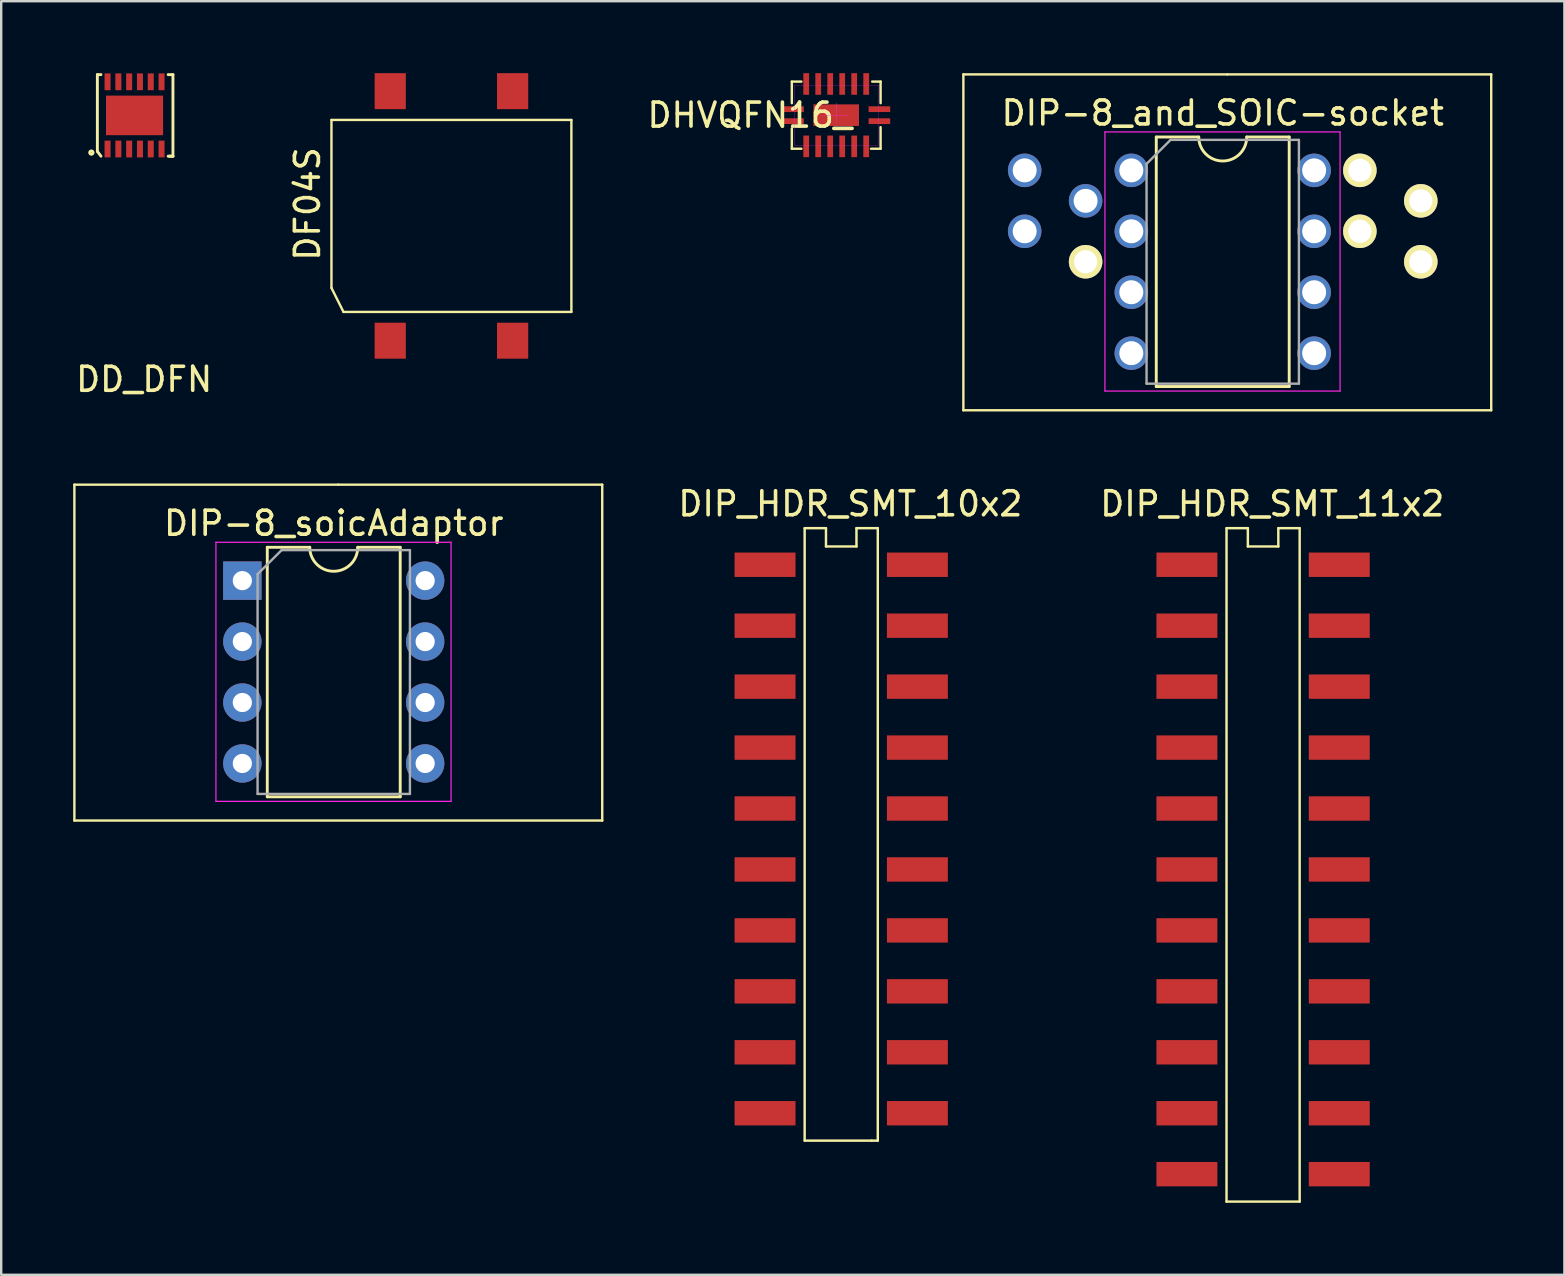
<source format=kicad_pcb>
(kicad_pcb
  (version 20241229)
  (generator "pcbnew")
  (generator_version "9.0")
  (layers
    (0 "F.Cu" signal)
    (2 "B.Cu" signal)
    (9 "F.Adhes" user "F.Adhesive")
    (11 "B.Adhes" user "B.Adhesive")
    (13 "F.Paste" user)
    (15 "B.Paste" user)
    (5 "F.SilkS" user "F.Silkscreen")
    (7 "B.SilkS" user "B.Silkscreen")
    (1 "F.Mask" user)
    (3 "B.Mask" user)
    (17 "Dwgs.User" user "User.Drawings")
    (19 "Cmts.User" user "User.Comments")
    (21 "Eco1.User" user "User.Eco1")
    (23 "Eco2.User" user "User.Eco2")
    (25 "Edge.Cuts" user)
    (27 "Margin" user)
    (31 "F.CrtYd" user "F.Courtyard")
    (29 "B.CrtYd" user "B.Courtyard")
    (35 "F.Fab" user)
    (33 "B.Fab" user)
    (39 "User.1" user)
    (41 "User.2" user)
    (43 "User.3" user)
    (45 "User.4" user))
  (footprint "DD_DFN"
    (layer "F.Cu")
    (at 2.558 1.76)
    (property "Reference" "DD_DFN" (at 0.4 11 0) (layer "F.SilkS") (effects (font (size 1 1) (thickness 0.15))))
    (attr through_hole)
    (fp_line (start -1.55 -1.7) (end -1.55 1.5) (stroke (width 0.12) (type solid)) (layer "F.SilkS"))
    (fp_line (start -1.55 1.5) (end -1.4 1.7) (stroke (width 0.12) (type solid)) (layer "F.SilkS"))
    (fp_line (start -1.4 -1.7) (end -1.55 -1.7) (stroke (width 0.12) (type solid)) (layer "F.SilkS"))
    (fp_line (start 1.4 -1.7) (end 1.6 -1.7) (stroke (width 0.12) (type solid)) (layer "F.SilkS"))
    (fp_line (start 1.6 -1.7) (end 1.6 1.7) (stroke (width 0.12) (type solid)) (layer "F.SilkS"))
    (fp_line (start 1.6 1.7) (end 1.4 1.7) (stroke (width 0.12) (type solid)) (layer "F.SilkS"))
    (fp_line (start 1.6 1.7) (end 1.45 1.7) (stroke (width 0.12) (type solid)) (layer "F.SilkS"))
    (fp_circle (center -1.8 1.55) (end -1.75 1.6) (stroke (width 0.12) (type solid)) (fill no) (layer "F.SilkS"))
    (pad "0" smd rect (at 0 0) (size 2.38 1.65) (layers "F.Cu" "F.Mask" "F.Paste"))
    (pad "1" smd rect (at -1.125 1.4) (size 0.25 0.7) (layers "F.Cu" "F.Mask" "F.Paste"))
    (pad "2" smd rect (at -0.675 1.4) (size 0.25 0.7) (layers "F.Cu" "F.Mask" "F.Paste"))
    (pad "3" smd rect (at -0.225 1.4) (size 0.25 0.7) (layers "F.Cu" "F.Mask" "F.Paste"))
    (pad "4" smd rect (at 0.225 1.4) (size 0.25 0.7) (layers "F.Cu" "F.Mask" "F.Paste"))
    (pad "5" smd rect (at 0.675 1.4) (size 0.25 0.7) (layers "F.Cu" "F.Mask" "F.Paste"))
    (pad "6" smd rect (at 1.125 1.4) (size 0.25 0.7) (layers "F.Cu" "F.Mask" "F.Paste"))
    (pad "7" smd rect (at 1.125 -1.4) (size 0.25 0.7) (layers "F.Cu" "F.Mask" "F.Paste"))
    (pad "8" smd rect (at 0.675 -1.4) (size 0.25 0.7) (layers "F.Cu" "F.Mask" "F.Paste"))
    (pad "9" smd rect (at 0.225 -1.4) (size 0.25 0.7) (layers "F.Cu" "F.Mask" "F.Paste"))
    (pad "10" smd rect (at -0.225 -1.4) (size 0.25 0.7) (layers "F.Cu" "F.Mask" "F.Paste"))
    (pad "11" smd rect (at -0.675 -1.4) (size 0.25 0.7) (layers "F.Cu" "F.Mask" "F.Paste"))
    (pad "12" smd rect (at -1.125 -1.4) (size 0.25 0.7) (layers "F.Cu" "F.Mask" "F.Paste")))
  (footprint "DIP_HDR_SMT_11x2"
    (layer "F.Cu")
    (at 46.419 23.028)
    (property "Reference" "DIP_HDR_SMT_11x2" (at 3.556 -5.08 0) (layer "F.SilkS") (effects (font (size 1 1) (thickness 0.15))))
    (attr through_hole)
    (fp_line (start 1.651 -4.064) (end 1.651 24.003) (stroke (width 0.102) (type solid)) (layer "F.SilkS"))
    (fp_line (start 1.651 -4.064) (end 2.54 -4.064) (stroke (width 0.102) (type solid)) (layer "F.SilkS"))
    (fp_line (start 1.651 24.003) (end 4.699 24.003) (stroke (width 0.102) (type solid)) (layer "F.SilkS"))
    (fp_line (start 2.54 -4.064) (end 2.54 -3.302) (stroke (width 0.102) (type solid)) (layer "F.SilkS"))
    (fp_line (start 2.54 -3.302) (end 3.81 -3.302) (stroke (width 0.102) (type solid)) (layer "F.SilkS"))
    (fp_line (start 3.81 -4.064) (end 4.699 -4.064) (stroke (width 0.102) (type solid)) (layer "F.SilkS"))
    (fp_line (start 3.81 -3.302) (end 3.81 -4.064) (stroke (width 0.102) (type solid)) (layer "F.SilkS"))
    (fp_line (start 4.699 24.003) (end 4.699 -4.064) (stroke (width 0.102) (type solid)) (layer "F.SilkS"))
    (pad "1" smd rect (at 0 -2.54) (size 2.54 1.016) (layers "F.Cu" "F.Mask" "F.Paste"))
    (pad "2" smd rect (at 6.35 -2.54) (size 2.54 1.016) (layers "F.Cu" "F.Mask" "F.Paste"))
    (pad "3" smd rect (at 0 0) (size 2.54 1.016) (layers "F.Cu" "F.Mask" "F.Paste"))
    (pad "4" smd rect (at 6.35 0) (size 2.54 1.016) (layers "F.Cu" "F.Mask" "F.Paste"))
    (pad "5" smd rect (at 0 2.54) (size 2.54 1.016) (layers "F.Cu" "F.Mask" "F.Paste"))
    (pad "6" smd rect (at 6.35 2.54) (size 2.54 1.016) (layers "F.Cu" "F.Mask" "F.Paste"))
    (pad "7" smd rect (at 0 5.08) (size 2.54 1.016) (layers "F.Cu" "F.Mask" "F.Paste"))
    (pad "8" smd rect (at 6.35 5.08) (size 2.54 1.016) (layers "F.Cu" "F.Mask" "F.Paste"))
    (pad "9" smd rect (at 0 7.62) (size 2.54 1.016) (layers "F.Cu" "F.Mask" "F.Paste"))
    (pad "10" smd rect (at 6.35 7.62) (size 2.54 1.016) (layers "F.Cu" "F.Mask" "F.Paste"))
    (pad "11" smd rect (at 0 10.16) (size 2.54 1.016) (layers "F.Cu" "F.Mask" "F.Paste"))
    (pad "12" smd rect (at 6.35 10.16) (size 2.54 1.016) (layers "F.Cu" "F.Mask" "F.Paste"))
    (pad "13" smd rect (at 0 12.7) (size 2.54 1.016) (layers "F.Cu" "F.Mask" "F.Paste"))
    (pad "14" smd rect (at 6.35 12.7) (size 2.54 1.016) (layers "F.Cu" "F.Mask" "F.Paste"))
    (pad "15" smd rect (at 0 15.24) (size 2.54 1.016) (layers "F.Cu" "F.Mask" "F.Paste"))
    (pad "16" smd rect (at 6.35 15.24) (size 2.54 1.016) (layers "F.Cu" "F.Mask" "F.Paste"))
    (pad "17" smd rect (at 0 17.78) (size 2.54 1.016) (layers "F.Cu" "F.Mask" "F.Paste"))
    (pad "18" smd rect (at 6.35 17.78) (size 2.54 1.016) (layers "F.Cu" "F.Mask" "F.Paste"))
    (pad "19" smd rect (at 0 20.32) (size 2.54 1.016) (layers "F.Cu" "F.Mask" "F.Paste"))
    (pad "20" smd rect (at 6.35 20.32) (size 2.54 1.016) (layers "F.Cu" "F.Mask" "F.Paste"))
    (pad "21" smd rect (at 0 22.86) (size 2.54 1.016) (layers "F.Cu" "F.Mask" "F.Paste"))
    (pad "22" smd rect (at 6.35 22.86) (size 2.54 1.016) (layers "F.Cu" "F.Mask" "F.Paste")))
  (footprint "DIP_HDR_SMT_10x2"
    (layer "F.Cu")
    (at 28.836 23.028)
    (property "Reference" "DIP_HDR_SMT_10x2" (at 3.556 -5.08 0) (layer "F.SilkS") (effects (font (size 1 1) (thickness 0.15))))
    (attr through_hole)
    (fp_line (start 1.651 -4.064) (end 1.651 21.463) (stroke (width 0.102) (type solid)) (layer "F.SilkS"))
    (fp_line (start 1.651 -4.064) (end 2.54 -4.064) (stroke (width 0.102) (type solid)) (layer "F.SilkS"))
    (fp_line (start 1.651 21.463) (end 4.445 21.463) (stroke (width 0.102) (type solid)) (layer "F.SilkS"))
    (fp_line (start 2.54 -4.064) (end 2.54 -3.302) (stroke (width 0.102) (type solid)) (layer "F.SilkS"))
    (fp_line (start 2.54 -3.302) (end 3.81 -3.302) (stroke (width 0.102) (type solid)) (layer "F.SilkS"))
    (fp_line (start 3.81 -4.064) (end 4.699 -4.064) (stroke (width 0.102) (type solid)) (layer "F.SilkS"))
    (fp_line (start 3.81 -3.302) (end 3.81 -4.064) (stroke (width 0.102) (type solid)) (layer "F.SilkS"))
    (fp_line (start 4.445 21.463) (end 4.699 21.463) (stroke (width 0.102) (type solid)) (layer "F.SilkS"))
    (fp_line (start 4.699 21.463) (end 4.699 -4.064) (stroke (width 0.102) (type solid)) (layer "F.SilkS"))
    (pad "1" smd rect (at 0 -2.54) (size 2.54 1.016) (layers "F.Cu" "F.Mask" "F.Paste"))
    (pad "2" smd rect (at 6.35 -2.54) (size 2.54 1.016) (layers "F.Cu" "F.Mask" "F.Paste"))
    (pad "3" smd rect (at 0 0) (size 2.54 1.016) (layers "F.Cu" "F.Mask" "F.Paste"))
    (pad "4" smd rect (at 6.35 0) (size 2.54 1.016) (layers "F.Cu" "F.Mask" "F.Paste"))
    (pad "5" smd rect (at 0 2.54) (size 2.54 1.016) (layers "F.Cu" "F.Mask" "F.Paste"))
    (pad "6" smd rect (at 6.35 2.54) (size 2.54 1.016) (layers "F.Cu" "F.Mask" "F.Paste"))
    (pad "7" smd rect (at 0 5.08) (size 2.54 1.016) (layers "F.Cu" "F.Mask" "F.Paste"))
    (pad "8" smd rect (at 6.35 5.08) (size 2.54 1.016) (layers "F.Cu" "F.Mask" "F.Paste"))
    (pad "9" smd rect (at 0 7.62) (size 2.54 1.016) (layers "F.Cu" "F.Mask" "F.Paste"))
    (pad "10" smd rect (at 6.35 7.62) (size 2.54 1.016) (layers "F.Cu" "F.Mask" "F.Paste"))
    (pad "11" smd rect (at 0 10.16) (size 2.54 1.016) (layers "F.Cu" "F.Mask" "F.Paste"))
    (pad "12" smd rect (at 6.35 10.16) (size 2.54 1.016) (layers "F.Cu" "F.Mask" "F.Paste"))
    (pad "13" smd rect (at 0 12.7) (size 2.54 1.016) (layers "F.Cu" "F.Mask" "F.Paste"))
    (pad "14" smd rect (at 6.35 12.7) (size 2.54 1.016) (layers "F.Cu" "F.Mask" "F.Paste"))
    (pad "15" smd rect (at 0 15.24) (size 2.54 1.016) (layers "F.Cu" "F.Mask" "F.Paste"))
    (pad "16" smd rect (at 6.35 15.24) (size 2.54 1.016) (layers "F.Cu" "F.Mask" "F.Paste"))
    (pad "17" smd rect (at 0 17.78) (size 2.54 1.016) (layers "F.Cu" "F.Mask" "F.Paste"))
    (pad "18" smd rect (at 6.35 17.78) (size 2.54 1.016) (layers "F.Cu" "F.Mask" "F.Paste"))
    (pad "19" smd rect (at 0 20.32) (size 2.54 1.016) (layers "F.Cu" "F.Mask" "F.Paste"))
    (pad "20" smd rect (at 6.35 20.32) (size 2.54 1.016) (layers "F.Cu" "F.Mask" "F.Paste")))
  (footprint "DHVQFN16_"
    (layer "F.Cu")
    (at 31.802 1.75)
    (property "Reference" "DHVQFN16_" (at -3.6 0 0) (layer "F.SilkS") (effects (font (size 1 1) (thickness 0.15))))
    (attr through_hole)
    (fp_line (start -1.85 -1.4) (end -1.85 -0.5) (stroke (width 0.1) (type solid)) (layer "F.SilkS"))
    (fp_line (start -1.85 0.55) (end -1.85 1.4) (stroke (width 0.1) (type solid)) (layer "F.SilkS"))
    (fp_line (start -1.85 1.4) (end -1.45 1.4) (stroke (width 0.1) (type solid)) (layer "F.SilkS"))
    (fp_line (start -1.45 -1.4) (end -1.85 -1.4) (stroke (width 0.1) (type solid)) (layer "F.SilkS"))
    (fp_line (start 1.5 -1.4) (end 1.85 -1.4) (stroke (width 0.1) (type solid)) (layer "F.SilkS"))
    (fp_line (start 1.85 -1.4) (end 1.85 -0.5) (stroke (width 0.1) (type solid)) (layer "F.SilkS"))
    (fp_line (start 1.85 0.5) (end 1.85 1.4) (stroke (width 0.1) (type solid)) (layer "F.SilkS"))
    (fp_line (start 1.85 1.4) (end 1.45 1.4) (stroke (width 0.1) (type solid)) (layer "F.SilkS"))
    (fp_line (start -1.75 -1.25) (end -1.75 1.25) (stroke (width 0.01) (type solid)) (layer "F.CrtYd"))
    (fp_line (start -1.75 1.25) (end 1.75 1.25) (stroke (width 0.01) (type solid)) (layer "F.CrtYd"))
    (fp_line (start -0.5 0) (end 0 0) (stroke (width 0.01) (type solid)) (layer "F.CrtYd"))
    (fp_line (start 0 -0.5) (end 0 0.5) (stroke (width 0.01) (type solid)) (layer "F.CrtYd"))
    (fp_line (start 0 0) (end 0 -0.5) (stroke (width 0.01) (type solid)) (layer "F.CrtYd"))
    (fp_line (start 0 0) (end 0.5 0) (stroke (width 0.01) (type solid)) (layer "F.CrtYd"))
    (fp_line (start 0.5 0) (end -0.5 0) (stroke (width 0.01) (type solid)) (layer "F.CrtYd"))
    (fp_line (start 1.75 -1.25) (end -1.75 -1.25) (stroke (width 0.01) (type solid)) (layer "F.CrtYd"))
    (fp_line (start 1.75 1.25) (end 1.75 -1.25) (stroke (width 0.01) (type solid)) (layer "F.CrtYd"))
    (pad "0" smd rect (at 0 0) (size 1.9 0.9) (layers "F.Cu" "F.Mask" "F.Paste"))
    (pad "1" smd rect (at -1.8 0.25 90) (size 0.24 0.9) (layers "F.Cu" "F.Mask" "F.Paste"))
    (pad "2" smd rect (at -1.25 1.3) (size 0.24 0.9) (layers "F.Cu" "F.Mask" "F.Paste"))
    (pad "3" smd rect (at -0.75 1.3) (size 0.24 0.9) (layers "F.Cu" "F.Mask" "F.Paste"))
    (pad "4" smd rect (at -0.25 1.3) (size 0.24 0.9) (layers "F.Cu" "F.Mask" "F.Paste"))
    (pad "5" smd rect (at 0.25 1.3) (size 0.24 0.9) (layers "F.Cu" "F.Mask" "F.Paste"))
    (pad "6" smd rect (at 0.75 1.3) (size 0.24 0.9) (layers "F.Cu" "F.Mask" "F.Paste"))
    (pad "7" smd rect (at 1.25 1.3) (size 0.24 0.9) (layers "F.Cu" "F.Mask" "F.Paste"))
    (pad "8" smd rect (at 1.8 0.25 90) (size 0.24 0.9) (layers "F.Cu" "F.Mask" "F.Paste"))
    (pad "9" smd rect (at 1.8 -0.25 90) (size 0.24 0.9) (layers "F.Cu" "F.Mask" "F.Paste"))
    (pad "10" smd rect (at 1.25 -1.3) (size 0.24 0.9) (layers "F.Cu" "F.Mask" "F.Paste"))
    (pad "11" smd rect (at 0.75 -1.3) (size 0.24 0.9) (layers "F.Cu" "F.Mask" "F.Paste"))
    (pad "12" smd rect (at 0.25 -1.3) (size 0.24 0.9) (layers "F.Cu" "F.Mask" "F.Paste"))
    (pad "13" smd rect (at -0.25 -1.3) (size 0.24 0.9) (layers "F.Cu" "F.Mask" "F.Paste"))
    (pad "14" smd rect (at -0.75 -1.3) (size 0.24 0.9) (layers "F.Cu" "F.Mask" "F.Paste"))
    (pad "15" smd rect (at -1.25 -1.3) (size 0.24 0.9) (layers "F.Cu" "F.Mask" "F.Paste"))
    (pad "16" smd rect (at -1.8 -0.25 90) (size 0.24 0.9) (layers "F.Cu" "F.Mask" "F.Paste")))
  (footprint "DF04S"
    (layer "F.Cu")
    (at 15.765 5.95)
    (property "Reference" "DF04S" (at -6 -0.5 90) (layer "F.SilkS") (effects (font (size 1 1) (thickness 0.15))))
    (attr through_hole)
    (fp_line (start -5 -4) (end 5 -4) (stroke (width 0.1) (type solid)) (layer "F.SilkS"))
    (fp_line (start -5 3) (end -5 -4) (stroke (width 0.1) (type solid)) (layer "F.SilkS"))
    (fp_line (start -4.5 4) (end -5 3) (stroke (width 0.1) (type solid)) (layer "F.SilkS"))
    (fp_line (start 5 -4) (end 5 4) (stroke (width 0.1) (type solid)) (layer "F.SilkS"))
    (fp_line (start 5 4) (end -4.5 4) (stroke (width 0.1) (type solid)) (layer "F.SilkS"))
    (pad "1" smd rect (at -2.55 5.2) (size 1.3 1.5) (layers "F.Cu" "F.Mask" "F.Paste"))
    (pad "2" smd rect (at 2.55 5.2) (size 1.3 1.5) (layers "F.Cu" "F.Mask" "F.Paste"))
    (pad "3" smd rect (at 2.55 -5.2) (size 1.3 1.5) (layers "F.Cu" "F.Mask" "F.Paste"))
    (pad "4" smd rect (at -2.55 -5.2) (size 1.3 1.5) (layers "F.Cu" "F.Mask" "F.Paste")))
  (footprint "DIP-8_soicAdaptor"
    (layer "F.Cu")
    (at 7.05 21.15)
    (property "Reference" "DIP-8_soicAdaptor" (at 3.81 -2.39 0) (layer "F.SilkS") (effects (font (size 1 1) (thickness 0.15))))
    (attr through_hole)
    (fp_line (start -7 -4) (end -7 10) (stroke (width 0.1) (type solid)) (layer "F.SilkS"))
    (fp_line (start -7 10) (end 15 10) (stroke (width 0.1) (type solid)) (layer "F.SilkS"))
    (fp_line (start 1.04 -1.39) (end 1.04 9.01) (stroke (width 0.12) (type solid)) (layer "F.SilkS"))
    (fp_line (start 1.04 9.01) (end 6.58 9.01) (stroke (width 0.12) (type solid)) (layer "F.SilkS"))
    (fp_line (start 2.81 -1.39) (end 1.04 -1.39) (stroke (width 0.12) (type solid)) (layer "F.SilkS"))
    (fp_line (start 4 -4) (end -7 -4) (stroke (width 0.1) (type solid)) (layer "F.SilkS"))
    (fp_line (start 6.58 -1.39) (end 4.81 -1.39) (stroke (width 0.12) (type solid)) (layer "F.SilkS"))
    (fp_line (start 6.58 9.01) (end 6.58 -1.39) (stroke (width 0.12) (type solid)) (layer "F.SilkS"))
    (fp_line (start 15 -4) (end 4 -4) (stroke (width 0.1) (type solid)) (layer "F.SilkS"))
    (fp_line (start 15 10) (end 15 -4) (stroke (width 0.1) (type solid)) (layer "F.SilkS"))
    (fp_arc (start 4.81 -1.39) (mid 3.81 -0.39) (end 2.81 -1.39) (stroke (width 0.12) (type solid)) (layer "F.SilkS"))
    (fp_line (start -1.1 -1.6) (end -1.1 9.2) (stroke (width 0.05) (type solid)) (layer "F.CrtYd"))
    (fp_line (start -1.1 9.2) (end 8.7 9.2) (stroke (width 0.05) (type solid)) (layer "F.CrtYd"))
    (fp_line (start 8.7 -1.6) (end -1.1 -1.6) (stroke (width 0.05) (type solid)) (layer "F.CrtYd"))
    (fp_line (start 8.7 9.2) (end 8.7 -1.6) (stroke (width 0.05) (type solid)) (layer "F.CrtYd"))
    (fp_line (start 0.635 -0.27) (end 1.635 -1.27) (stroke (width 0.1) (type solid)) (layer "F.Fab"))
    (fp_line (start 0.635 8.89) (end 0.635 -0.27) (stroke (width 0.1) (type solid)) (layer "F.Fab"))
    (fp_line (start 1.635 -1.27) (end 6.985 -1.27) (stroke (width 0.1) (type solid)) (layer "F.Fab"))
    (fp_line (start 6.985 -1.27) (end 6.985 8.89) (stroke (width 0.1) (type solid)) (layer "F.Fab"))
    (fp_line (start 6.985 8.89) (end 0.635 8.89) (stroke (width 0.1) (type solid)) (layer "F.Fab"))
    (pad "1" thru_hole rect (at 0 0) (size 1.6 1.6) (drill 0.8) (layers "*.Cu" "*.Mask"))
    (pad "2" thru_hole oval (at 0 2.54) (size 1.6 1.6) (drill 0.8) (layers "*.Cu" "*.Mask"))
    (pad "3" thru_hole oval (at 0 5.08) (size 1.6 1.6) (drill 0.8) (layers "*.Cu" "*.Mask"))
    (pad "4" thru_hole oval (at 0 7.62) (size 1.6 1.6) (drill 0.8) (layers "*.Cu" "*.Mask"))
    (pad "5" thru_hole oval (at 7.62 7.62) (size 1.6 1.6) (drill 0.8) (layers "*.Cu" "*.Mask"))
    (pad "6" thru_hole oval (at 7.62 5.08) (size 1.6 1.6) (drill 0.8) (layers "*.Cu" "*.Mask"))
    (pad "7" thru_hole oval (at 7.62 2.54) (size 1.6 1.6) (drill 0.8) (layers "*.Cu" "*.Mask"))
    (pad "8" thru_hole oval (at 7.62 0) (size 1.6 1.6) (drill 0.8) (layers "*.Cu" "*.Mask")))
  (footprint "DIP-8_and_SOIC-socket"
    (layer "F.Cu")
    (at 47.912 4.05)
    (property "Reference" "DIP-8_and_SOIC-socket" (at 0 -2.39 0) (layer "F.SilkS") (effects (font (size 1 1) (thickness 0.15))))
    (attr through_hole)
    (fp_line (start -10.81 -4) (end -10.81 10) (stroke (width 0.1) (type solid)) (layer "F.SilkS"))
    (fp_line (start -10.81 10) (end 11.19 10) (stroke (width 0.1) (type solid)) (layer "F.SilkS"))
    (fp_line (start -2.77 -1.39) (end -2.77 9.01) (stroke (width 0.12) (type solid)) (layer "F.SilkS"))
    (fp_line (start -2.77 9.01) (end 2.77 9.01) (stroke (width 0.12) (type solid)) (layer "F.SilkS"))
    (fp_line (start -1 -1.39) (end -2.77 -1.39) (stroke (width 0.12) (type solid)) (layer "F.SilkS"))
    (fp_line (start 0.19 -4) (end -10.81 -4) (stroke (width 0.1) (type solid)) (layer "F.SilkS"))
    (fp_line (start 2.77 -1.39) (end 1 -1.39) (stroke (width 0.12) (type solid)) (layer "F.SilkS"))
    (fp_line (start 2.77 9.01) (end 2.77 -1.39) (stroke (width 0.12) (type solid)) (layer "F.SilkS"))
    (fp_line (start 11.19 -4) (end 0.19 -4) (stroke (width 0.1) (type solid)) (layer "F.SilkS"))
    (fp_line (start 11.19 10) (end 11.19 -4) (stroke (width 0.1) (type solid)) (layer "F.SilkS"))
    (fp_arc (start 1 -1.39) (mid 0 -0.39) (end -1 -1.39) (stroke (width 0.12) (type solid)) (layer "F.SilkS"))
    (fp_line (start -4.91 -1.6) (end -4.91 9.2) (stroke (width 0.05) (type solid)) (layer "F.CrtYd"))
    (fp_line (start -4.91 9.2) (end 4.89 9.2) (stroke (width 0.05) (type solid)) (layer "F.CrtYd"))
    (fp_line (start 4.89 -1.6) (end -4.91 -1.6) (stroke (width 0.05) (type solid)) (layer "F.CrtYd"))
    (fp_line (start 4.89 9.2) (end 4.89 -1.6) (stroke (width 0.05) (type solid)) (layer "F.CrtYd"))
    (fp_line (start -3.175 -0.27) (end -2.175 -1.27) (stroke (width 0.1) (type solid)) (layer "F.Fab"))
    (fp_line (start -3.175 8.89) (end -3.175 -0.27) (stroke (width 0.1) (type solid)) (layer "F.Fab"))
    (fp_line (start -2.175 -1.27) (end 3.175 -1.27) (stroke (width 0.1) (type solid)) (layer "F.Fab"))
    (fp_line (start 3.175 -1.27) (end 3.175 8.89) (stroke (width 0.1) (type solid)) (layer "F.Fab"))
    (fp_line (start 3.175 8.89) (end -3.175 8.89) (stroke (width 0.1) (type solid)) (layer "F.Fab"))
    (pad "1" thru_hole circle (at -8.255 0) (size 1.397 1.397) (drill 1) (layers "*.Cu" "*.Mask"))
    (pad "1" thru_hole circle (at -3.81 0) (size 1.397 1.397) (drill 1) (layers "*.Cu" "*.Mask"))
    (pad "2" thru_hole circle (at -5.715 1.27) (size 1.397 1.397) (drill 1) (layers "*.Cu" "*.Mask"))
    (pad "2" thru_hole circle (at -3.81 2.54) (size 1.397 1.397) (drill 1) (layers "*.Cu" "*.Mask"))
    (pad "3" thru_hole circle (at -8.255 2.54) (size 1.397 1.397) (drill 1) (layers "*.Cu" "*.Mask"))
    (pad "3" thru_hole circle (at -3.81 5.08) (size 1.397 1.397) (drill 1) (layers "*.Cu" "*.Mask"))
    (pad "4" thru_hole circle (at -5.715 3.81) (size 1.397 1.397) (drill 0.965) (layers "*.Cu" "*.Mask" "F.SilkS"))
    (pad "4" thru_hole circle (at -3.81 7.62) (size 1.397 1.397) (drill 1) (layers "*.Cu" "*.Mask"))
    (pad "5" thru_hole circle (at 3.81 7.62) (size 1.397 1.397) (drill 1) (layers "*.Cu" "*.Mask"))
    (pad "5" thru_hole circle (at 8.255 3.81) (size 1.397 1.397) (drill 0.965) (layers "*.Cu" "*.Mask" "F.SilkS"))
    (pad "6" thru_hole circle (at 3.81 5.08) (size 1.397 1.397) (drill 1) (layers "*.Cu" "*.Mask"))
    (pad "6" thru_hole circle (at 5.715 2.54) (size 1.397 1.397) (drill 0.965) (layers "*.Cu" "*.Mask" "F.SilkS"))
    (pad "7" thru_hole circle (at 3.81 2.54) (size 1.397 1.397) (drill 1) (layers "*.Cu" "*.Mask"))
    (pad "7" thru_hole circle (at 8.255 1.27) (size 1.397 1.397) (drill 0.965) (layers "*.Cu" "*.Mask" "F.SilkS"))
    (pad "8" thru_hole circle (at 3.81 0) (size 1.397 1.397) (drill 1) (layers "*.Cu" "*.Mask"))
    (pad "8" thru_hole circle (at 5.715 0) (size 1.397 1.397) (drill 0.965) (layers "*.Cu" "*.Mask" "F.SilkS")))
  (gr_rect
    (start -3 -3)
    (end 62.152 50.082)
    (stroke (width 0.1) (type default))
    (fill no)
    (layer "Edge.Cuts")))
</source>
